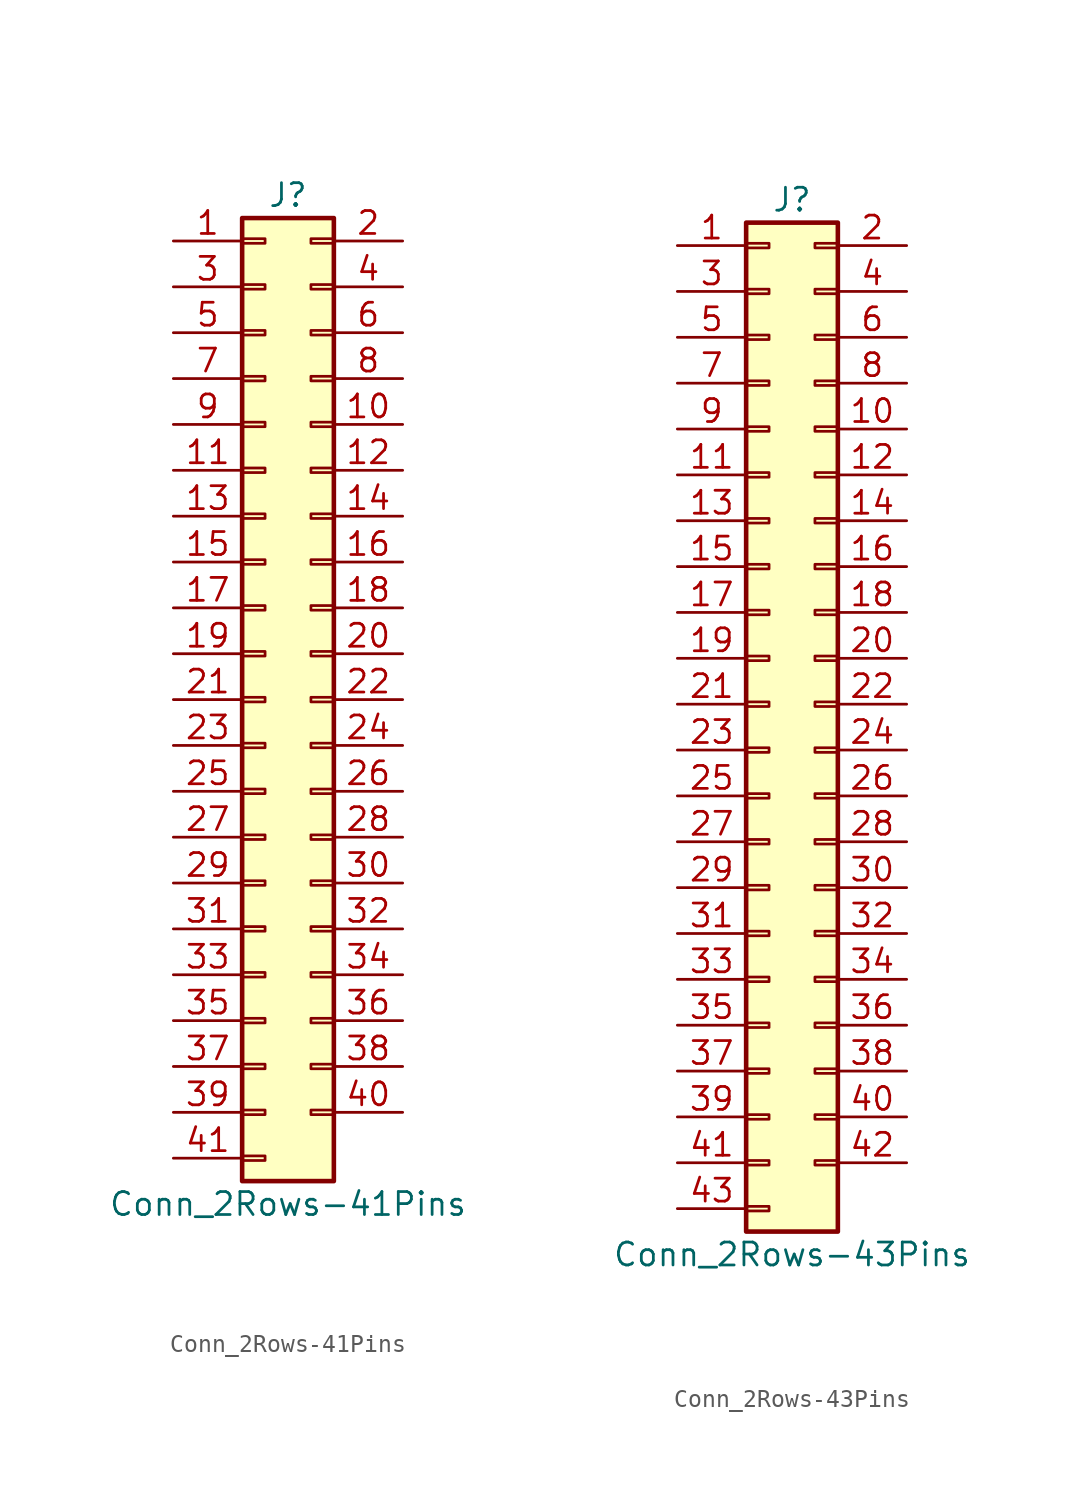
<source format=kicad_sym>
(kicad_symbol_lib
  (version 20211014)
  (generator kicad_symbol_editor)
  (symbol "Conn_2Rows-41Pins"
    (pin_names
      (offset 1.016) hide)
    (property "Reference" "J"
      (at 1.27 27.94 0)
      (effects (font (size 1.27 1.27))))
    (property "Value" "Conn_2Rows-41Pins"
      (at 1.27 -27.94 0)
      (effects (font (size 1.27 1.27))))
    (symbol "Conn_2Rows-41Pins_1_1"
      (rectangle (start -1.27 -25.273) (end 0 -25.527) (stroke (width 0.152) (type default) (color 0 0 0 0)) (fill (type none)))
      (rectangle (start -1.27 -22.733) (end 0 -22.987) (stroke (width 0.152) (type default) (color 0 0 0 0)) (fill (type none)))
      (rectangle (start -1.27 -20.193) (end 0 -20.447) (stroke (width 0.152) (type default) (color 0 0 0 0)) (fill (type none)))
      (rectangle (start -1.27 -17.653) (end 0 -17.907) (stroke (width 0.152) (type default) (color 0 0 0 0)) (fill (type none)))
      (rectangle (start -1.27 -15.113) (end 0 -15.367) (stroke (width 0.152) (type default) (color 0 0 0 0)) (fill (type none)))
      (rectangle (start -1.27 -12.573) (end 0 -12.827) (stroke (width 0.152) (type default) (color 0 0 0 0)) (fill (type none)))
      (rectangle (start -1.27 -10.033) (end 0 -10.287) (stroke (width 0.152) (type default) (color 0 0 0 0)) (fill (type none)))
      (rectangle (start -1.27 -7.493) (end 0 -7.747) (stroke (width 0.152) (type default) (color 0 0 0 0)) (fill (type none)))
      (rectangle (start -1.27 -4.953) (end 0 -5.207) (stroke (width 0.152) (type default) (color 0 0 0 0)) (fill (type none)))
      (rectangle (start -1.27 -2.413) (end 0 -2.667) (stroke (width 0.152) (type default) (color 0 0 0 0)) (fill (type none)))
      (rectangle (start -1.27 0.127) (end 0 -0.127) (stroke (width 0.152) (type default) (color 0 0 0 0)) (fill (type none)))
      (rectangle (start -1.27 2.667) (end 0 2.413) (stroke (width 0.152) (type default) (color 0 0 0 0)) (fill (type none)))
      (rectangle (start -1.27 5.207) (end 0 4.953) (stroke (width 0.152) (type default) (color 0 0 0 0)) (fill (type none)))
      (rectangle (start -1.27 7.747) (end 0 7.493) (stroke (width 0.152) (type default) (color 0 0 0 0)) (fill (type none)))
      (rectangle (start -1.27 10.287) (end 0 10.033) (stroke (width 0.152) (type default) (color 0 0 0 0)) (fill (type none)))
      (rectangle (start -1.27 12.827) (end 0 12.573) (stroke (width 0.152) (type default) (color 0 0 0 0)) (fill (type none)))
      (rectangle (start -1.27 15.367) (end 0 15.113) (stroke (width 0.152) (type default) (color 0 0 0 0)) (fill (type none)))
      (rectangle (start -1.27 17.907) (end 0 17.653) (stroke (width 0.152) (type default) (color 0 0 0 0)) (fill (type none)))
      (rectangle (start -1.27 20.447) (end 0 20.193) (stroke (width 0.152) (type default) (color 0 0 0 0)) (fill (type none)))
      (rectangle (start -1.27 22.987) (end 0 22.733) (stroke (width 0.152) (type default) (color 0 0 0 0)) (fill (type none)))
      (rectangle (start -1.27 25.527) (end 0 25.273) (stroke (width 0.152) (type default) (color 0 0 0 0)) (fill (type none)))
      (rectangle (start -1.27 26.67) (end 3.81 -26.67) (stroke (width 0.254) (type default) (color 0 0 0 0)) (fill (type background)))
      (rectangle (start 3.81 -22.733) (end 2.54 -22.987) (stroke (width 0.152) (type default) (color 0 0 0 0)) (fill (type none)))
      (rectangle (start 3.81 -20.193) (end 2.54 -20.447) (stroke (width 0.152) (type default) (color 0 0 0 0)) (fill (type none)))
      (rectangle (start 3.81 -17.653) (end 2.54 -17.907) (stroke (width 0.152) (type default) (color 0 0 0 0)) (fill (type none)))
      (rectangle (start 3.81 -15.113) (end 2.54 -15.367) (stroke (width 0.152) (type default) (color 0 0 0 0)) (fill (type none)))
      (rectangle (start 3.81 -12.573) (end 2.54 -12.827) (stroke (width 0.152) (type default) (color 0 0 0 0)) (fill (type none)))
      (rectangle (start 3.81 -10.033) (end 2.54 -10.287) (stroke (width 0.152) (type default) (color 0 0 0 0)) (fill (type none)))
      (rectangle (start 3.81 -7.493) (end 2.54 -7.747) (stroke (width 0.152) (type default) (color 0 0 0 0)) (fill (type none)))
      (rectangle (start 3.81 -4.953) (end 2.54 -5.207) (stroke (width 0.152) (type default) (color 0 0 0 0)) (fill (type none)))
      (rectangle (start 3.81 -2.413) (end 2.54 -2.667) (stroke (width 0.152) (type default) (color 0 0 0 0)) (fill (type none)))
      (rectangle (start 3.81 0.127) (end 2.54 -0.127) (stroke (width 0.152) (type default) (color 0 0 0 0)) (fill (type none)))
      (rectangle (start 3.81 2.667) (end 2.54 2.413) (stroke (width 0.152) (type default) (color 0 0 0 0)) (fill (type none)))
      (rectangle (start 3.81 5.207) (end 2.54 4.953) (stroke (width 0.152) (type default) (color 0 0 0 0)) (fill (type none)))
      (rectangle (start 3.81 7.747) (end 2.54 7.493) (stroke (width 0.152) (type default) (color 0 0 0 0)) (fill (type none)))
      (rectangle (start 3.81 10.287) (end 2.54 10.033) (stroke (width 0.152) (type default) (color 0 0 0 0)) (fill (type none)))
      (rectangle (start 3.81 12.827) (end 2.54 12.573) (stroke (width 0.152) (type default) (color 0 0 0 0)) (fill (type none)))
      (rectangle (start 3.81 15.367) (end 2.54 15.113) (stroke (width 0.152) (type default) (color 0 0 0 0)) (fill (type none)))
      (rectangle (start 3.81 17.907) (end 2.54 17.653) (stroke (width 0.152) (type default) (color 0 0 0 0)) (fill (type none)))
      (rectangle (start 3.81 20.447) (end 2.54 20.193) (stroke (width 0.152) (type default) (color 0 0 0 0)) (fill (type none)))
      (rectangle (start 3.81 22.987) (end 2.54 22.733) (stroke (width 0.152) (type default) (color 0 0 0 0)) (fill (type none)))
      (rectangle (start 3.81 25.527) (end 2.54 25.273) (stroke (width 0.152) (type default) (color 0 0 0 0)) (fill (type none)))
      (pin passive line (at -5.08 25.4 0) (length 3.81) (name "Pin_1" (effects (font (size 1.27 1.27)))) (number "1" (effects (font (size 1.27 1.27)))))
      (pin passive line (at 7.62 15.24 180) (length 3.81) (name "Pin_10" (effects (font (size 1.27 1.27)))) (number "10" (effects (font (size 1.27 1.27)))))
      (pin passive line (at -5.08 12.7 0) (length 3.81) (name "Pin_11" (effects (font (size 1.27 1.27)))) (number "11" (effects (font (size 1.27 1.27)))))
      (pin passive line (at 7.62 12.7 180) (length 3.81) (name "Pin_12" (effects (font (size 1.27 1.27)))) (number "12" (effects (font (size 1.27 1.27)))))
      (pin passive line (at -5.08 10.16 0) (length 3.81) (name "Pin_13" (effects (font (size 1.27 1.27)))) (number "13" (effects (font (size 1.27 1.27)))))
      (pin passive line (at 7.62 10.16 180) (length 3.81) (name "Pin_14" (effects (font (size 1.27 1.27)))) (number "14" (effects (font (size 1.27 1.27)))))
      (pin passive line (at -5.08 7.62 0) (length 3.81) (name "Pin_15" (effects (font (size 1.27 1.27)))) (number "15" (effects (font (size 1.27 1.27)))))
      (pin passive line (at 7.62 7.62 180) (length 3.81) (name "Pin_16" (effects (font (size 1.27 1.27)))) (number "16" (effects (font (size 1.27 1.27)))))
      (pin passive line (at -5.08 5.08 0) (length 3.81) (name "Pin_17" (effects (font (size 1.27 1.27)))) (number "17" (effects (font (size 1.27 1.27)))))
      (pin passive line (at 7.62 5.08 180) (length 3.81) (name "Pin_18" (effects (font (size 1.27 1.27)))) (number "18" (effects (font (size 1.27 1.27)))))
      (pin passive line (at -5.08 2.54 0) (length 3.81) (name "Pin_19" (effects (font (size 1.27 1.27)))) (number "19" (effects (font (size 1.27 1.27)))))
      (pin passive line (at 7.62 25.4 180) (length 3.81) (name "Pin_2" (effects (font (size 1.27 1.27)))) (number "2" (effects (font (size 1.27 1.27)))))
      (pin passive line (at 7.62 2.54 180) (length 3.81) (name "Pin_20" (effects (font (size 1.27 1.27)))) (number "20" (effects (font (size 1.27 1.27)))))
      (pin passive line (at -5.08 0 0) (length 3.81) (name "Pin_21" (effects (font (size 1.27 1.27)))) (number "21" (effects (font (size 1.27 1.27)))))
      (pin passive line (at 7.62 0 180) (length 3.81) (name "Pin_22" (effects (font (size 1.27 1.27)))) (number "22" (effects (font (size 1.27 1.27)))))
      (pin passive line (at -5.08 -2.54 0) (length 3.81) (name "Pin_23" (effects (font (size 1.27 1.27)))) (number "23" (effects (font (size 1.27 1.27)))))
      (pin passive line (at 7.62 -2.54 180) (length 3.81) (name "Pin_24" (effects (font (size 1.27 1.27)))) (number "24" (effects (font (size 1.27 1.27)))))
      (pin passive line (at -5.08 -5.08 0) (length 3.81) (name "Pin_25" (effects (font (size 1.27 1.27)))) (number "25" (effects (font (size 1.27 1.27)))))
      (pin passive line (at 7.62 -5.08 180) (length 3.81) (name "Pin_26" (effects (font (size 1.27 1.27)))) (number "26" (effects (font (size 1.27 1.27)))))
      (pin passive line (at -5.08 -7.62 0) (length 3.81) (name "Pin_27" (effects (font (size 1.27 1.27)))) (number "27" (effects (font (size 1.27 1.27)))))
      (pin passive line (at 7.62 -7.62 180) (length 3.81) (name "Pin_28" (effects (font (size 1.27 1.27)))) (number "28" (effects (font (size 1.27 1.27)))))
      (pin passive line (at -5.08 -10.16 0) (length 3.81) (name "Pin_29" (effects (font (size 1.27 1.27)))) (number "29" (effects (font (size 1.27 1.27)))))
      (pin passive line (at -5.08 22.86 0) (length 3.81) (name "Pin_3" (effects (font (size 1.27 1.27)))) (number "3" (effects (font (size 1.27 1.27)))))
      (pin passive line (at 7.62 -10.16 180) (length 3.81) (name "Pin_30" (effects (font (size 1.27 1.27)))) (number "30" (effects (font (size 1.27 1.27)))))
      (pin passive line (at -5.08 -12.7 0) (length 3.81) (name "Pin_31" (effects (font (size 1.27 1.27)))) (number "31" (effects (font (size 1.27 1.27)))))
      (pin passive line (at 7.62 -12.7 180) (length 3.81) (name "Pin_32" (effects (font (size 1.27 1.27)))) (number "32" (effects (font (size 1.27 1.27)))))
      (pin passive line (at -5.08 -15.24 0) (length 3.81) (name "Pin_33" (effects (font (size 1.27 1.27)))) (number "33" (effects (font (size 1.27 1.27)))))
      (pin passive line (at 7.62 -15.24 180) (length 3.81) (name "Pin_34" (effects (font (size 1.27 1.27)))) (number "34" (effects (font (size 1.27 1.27)))))
      (pin passive line (at -5.08 -17.78 0) (length 3.81) (name "Pin_35" (effects (font (size 1.27 1.27)))) (number "35" (effects (font (size 1.27 1.27)))))
      (pin passive line (at 7.62 -17.78 180) (length 3.81) (name "Pin_36" (effects (font (size 1.27 1.27)))) (number "36" (effects (font (size 1.27 1.27)))))
      (pin passive line (at -5.08 -20.32 0) (length 3.81) (name "Pin_37" (effects (font (size 1.27 1.27)))) (number "37" (effects (font (size 1.27 1.27)))))
      (pin passive line (at 7.62 -20.32 180) (length 3.81) (name "Pin_38" (effects (font (size 1.27 1.27)))) (number "38" (effects (font (size 1.27 1.27)))))
      (pin passive line (at -5.08 -22.86 0) (length 3.81) (name "Pin_39" (effects (font (size 1.27 1.27)))) (number "39" (effects (font (size 1.27 1.27)))))
      (pin passive line (at 7.62 22.86 180) (length 3.81) (name "Pin_4" (effects (font (size 1.27 1.27)))) (number "4" (effects (font (size 1.27 1.27)))))
      (pin passive line (at 7.62 -22.86 180) (length 3.81) (name "Pin_40" (effects (font (size 1.27 1.27)))) (number "40" (effects (font (size 1.27 1.27)))))
      (pin passive line (at -5.08 -25.4 0) (length 3.81) (name "Pin_41" (effects (font (size 1.27 1.27)))) (number "41" (effects (font (size 1.27 1.27)))))
      (pin passive line (at -5.08 20.32 0) (length 3.81) (name "Pin_5" (effects (font (size 1.27 1.27)))) (number "5" (effects (font (size 1.27 1.27)))))
      (pin passive line (at 7.62 20.32 180) (length 3.81) (name "Pin_6" (effects (font (size 1.27 1.27)))) (number "6" (effects (font (size 1.27 1.27)))))
      (pin passive line (at -5.08 17.78 0) (length 3.81) (name "Pin_7" (effects (font (size 1.27 1.27)))) (number "7" (effects (font (size 1.27 1.27)))))
      (pin passive line (at 7.62 17.78 180) (length 3.81) (name "Pin_8" (effects (font (size 1.27 1.27)))) (number "8" (effects (font (size 1.27 1.27)))))
      (pin passive line (at -5.08 15.24 0) (length 3.81) (name "Pin_9" (effects (font (size 1.27 1.27)))) (number "9" (effects (font (size 1.27 1.27)))))))
  (symbol "Conn_2Rows-43Pins"
    (pin_names
      (offset 1.016) hide)
    (property "Reference" "J"
      (at 1.27 27.94 0)
      (effects (font (size 1.27 1.27))))
    (property "Value" "Conn_2Rows-43Pins"
      (at 1.27 -30.48 0)
      (effects (font (size 1.27 1.27))))
    (symbol "Conn_2Rows-43Pins_1_1"
      (rectangle (start -1.27 -27.813) (end 0 -28.067) (stroke (width 0.152) (type default) (color 0 0 0 0)) (fill (type none)))
      (rectangle (start -1.27 -25.273) (end 0 -25.527) (stroke (width 0.152) (type default) (color 0 0 0 0)) (fill (type none)))
      (rectangle (start -1.27 -22.733) (end 0 -22.987) (stroke (width 0.152) (type default) (color 0 0 0 0)) (fill (type none)))
      (rectangle (start -1.27 -20.193) (end 0 -20.447) (stroke (width 0.152) (type default) (color 0 0 0 0)) (fill (type none)))
      (rectangle (start -1.27 -17.653) (end 0 -17.907) (stroke (width 0.152) (type default) (color 0 0 0 0)) (fill (type none)))
      (rectangle (start -1.27 -15.113) (end 0 -15.367) (stroke (width 0.152) (type default) (color 0 0 0 0)) (fill (type none)))
      (rectangle (start -1.27 -12.573) (end 0 -12.827) (stroke (width 0.152) (type default) (color 0 0 0 0)) (fill (type none)))
      (rectangle (start -1.27 -10.033) (end 0 -10.287) (stroke (width 0.152) (type default) (color 0 0 0 0)) (fill (type none)))
      (rectangle (start -1.27 -7.493) (end 0 -7.747) (stroke (width 0.152) (type default) (color 0 0 0 0)) (fill (type none)))
      (rectangle (start -1.27 -4.953) (end 0 -5.207) (stroke (width 0.152) (type default) (color 0 0 0 0)) (fill (type none)))
      (rectangle (start -1.27 -2.413) (end 0 -2.667) (stroke (width 0.152) (type default) (color 0 0 0 0)) (fill (type none)))
      (rectangle (start -1.27 0.127) (end 0 -0.127) (stroke (width 0.152) (type default) (color 0 0 0 0)) (fill (type none)))
      (rectangle (start -1.27 2.667) (end 0 2.413) (stroke (width 0.152) (type default) (color 0 0 0 0)) (fill (type none)))
      (rectangle (start -1.27 5.207) (end 0 4.953) (stroke (width 0.152) (type default) (color 0 0 0 0)) (fill (type none)))
      (rectangle (start -1.27 7.747) (end 0 7.493) (stroke (width 0.152) (type default) (color 0 0 0 0)) (fill (type none)))
      (rectangle (start -1.27 10.287) (end 0 10.033) (stroke (width 0.152) (type default) (color 0 0 0 0)) (fill (type none)))
      (rectangle (start -1.27 12.827) (end 0 12.573) (stroke (width 0.152) (type default) (color 0 0 0 0)) (fill (type none)))
      (rectangle (start -1.27 15.367) (end 0 15.113) (stroke (width 0.152) (type default) (color 0 0 0 0)) (fill (type none)))
      (rectangle (start -1.27 17.907) (end 0 17.653) (stroke (width 0.152) (type default) (color 0 0 0 0)) (fill (type none)))
      (rectangle (start -1.27 20.447) (end 0 20.193) (stroke (width 0.152) (type default) (color 0 0 0 0)) (fill (type none)))
      (rectangle (start -1.27 22.987) (end 0 22.733) (stroke (width 0.152) (type default) (color 0 0 0 0)) (fill (type none)))
      (rectangle (start -1.27 25.527) (end 0 25.273) (stroke (width 0.152) (type default) (color 0 0 0 0)) (fill (type none)))
      (rectangle (start -1.27 26.67) (end 3.81 -29.21) (stroke (width 0.254) (type default) (color 0 0 0 0)) (fill (type background)))
      (rectangle (start 3.81 -25.273) (end 2.54 -25.527) (stroke (width 0.152) (type default) (color 0 0 0 0)) (fill (type none)))
      (rectangle (start 3.81 -22.733) (end 2.54 -22.987) (stroke (width 0.152) (type default) (color 0 0 0 0)) (fill (type none)))
      (rectangle (start 3.81 -20.193) (end 2.54 -20.447) (stroke (width 0.152) (type default) (color 0 0 0 0)) (fill (type none)))
      (rectangle (start 3.81 -17.653) (end 2.54 -17.907) (stroke (width 0.152) (type default) (color 0 0 0 0)) (fill (type none)))
      (rectangle (start 3.81 -15.113) (end 2.54 -15.367) (stroke (width 0.152) (type default) (color 0 0 0 0)) (fill (type none)))
      (rectangle (start 3.81 -12.573) (end 2.54 -12.827) (stroke (width 0.152) (type default) (color 0 0 0 0)) (fill (type none)))
      (rectangle (start 3.81 -10.033) (end 2.54 -10.287) (stroke (width 0.152) (type default) (color 0 0 0 0)) (fill (type none)))
      (rectangle (start 3.81 -7.493) (end 2.54 -7.747) (stroke (width 0.152) (type default) (color 0 0 0 0)) (fill (type none)))
      (rectangle (start 3.81 -4.953) (end 2.54 -5.207) (stroke (width 0.152) (type default) (color 0 0 0 0)) (fill (type none)))
      (rectangle (start 3.81 -2.413) (end 2.54 -2.667) (stroke (width 0.152) (type default) (color 0 0 0 0)) (fill (type none)))
      (rectangle (start 3.81 0.127) (end 2.54 -0.127) (stroke (width 0.152) (type default) (color 0 0 0 0)) (fill (type none)))
      (rectangle (start 3.81 2.667) (end 2.54 2.413) (stroke (width 0.152) (type default) (color 0 0 0 0)) (fill (type none)))
      (rectangle (start 3.81 5.207) (end 2.54 4.953) (stroke (width 0.152) (type default) (color 0 0 0 0)) (fill (type none)))
      (rectangle (start 3.81 7.747) (end 2.54 7.493) (stroke (width 0.152) (type default) (color 0 0 0 0)) (fill (type none)))
      (rectangle (start 3.81 10.287) (end 2.54 10.033) (stroke (width 0.152) (type default) (color 0 0 0 0)) (fill (type none)))
      (rectangle (start 3.81 12.827) (end 2.54 12.573) (stroke (width 0.152) (type default) (color 0 0 0 0)) (fill (type none)))
      (rectangle (start 3.81 15.367) (end 2.54 15.113) (stroke (width 0.152) (type default) (color 0 0 0 0)) (fill (type none)))
      (rectangle (start 3.81 17.907) (end 2.54 17.653) (stroke (width 0.152) (type default) (color 0 0 0 0)) (fill (type none)))
      (rectangle (start 3.81 20.447) (end 2.54 20.193) (stroke (width 0.152) (type default) (color 0 0 0 0)) (fill (type none)))
      (rectangle (start 3.81 22.987) (end 2.54 22.733) (stroke (width 0.152) (type default) (color 0 0 0 0)) (fill (type none)))
      (rectangle (start 3.81 25.527) (end 2.54 25.273) (stroke (width 0.152) (type default) (color 0 0 0 0)) (fill (type none)))
      (pin passive line (at -5.08 25.4 0) (length 3.81) (name "Pin_1" (effects (font (size 1.27 1.27)))) (number "1" (effects (font (size 1.27 1.27)))))
      (pin passive line (at 7.62 15.24 180) (length 3.81) (name "Pin_10" (effects (font (size 1.27 1.27)))) (number "10" (effects (font (size 1.27 1.27)))))
      (pin passive line (at -5.08 12.7 0) (length 3.81) (name "Pin_11" (effects (font (size 1.27 1.27)))) (number "11" (effects (font (size 1.27 1.27)))))
      (pin passive line (at 7.62 12.7 180) (length 3.81) (name "Pin_12" (effects (font (size 1.27 1.27)))) (number "12" (effects (font (size 1.27 1.27)))))
      (pin passive line (at -5.08 10.16 0) (length 3.81) (name "Pin_13" (effects (font (size 1.27 1.27)))) (number "13" (effects (font (size 1.27 1.27)))))
      (pin passive line (at 7.62 10.16 180) (length 3.81) (name "Pin_14" (effects (font (size 1.27 1.27)))) (number "14" (effects (font (size 1.27 1.27)))))
      (pin passive line (at -5.08 7.62 0) (length 3.81) (name "Pin_15" (effects (font (size 1.27 1.27)))) (number "15" (effects (font (size 1.27 1.27)))))
      (pin passive line (at 7.62 7.62 180) (length 3.81) (name "Pin_16" (effects (font (size 1.27 1.27)))) (number "16" (effects (font (size 1.27 1.27)))))
      (pin passive line (at -5.08 5.08 0) (length 3.81) (name "Pin_17" (effects (font (size 1.27 1.27)))) (number "17" (effects (font (size 1.27 1.27)))))
      (pin passive line (at 7.62 5.08 180) (length 3.81) (name "Pin_18" (effects (font (size 1.27 1.27)))) (number "18" (effects (font (size 1.27 1.27)))))
      (pin passive line (at -5.08 2.54 0) (length 3.81) (name "Pin_19" (effects (font (size 1.27 1.27)))) (number "19" (effects (font (size 1.27 1.27)))))
      (pin passive line (at 7.62 25.4 180) (length 3.81) (name "Pin_2" (effects (font (size 1.27 1.27)))) (number "2" (effects (font (size 1.27 1.27)))))
      (pin passive line (at 7.62 2.54 180) (length 3.81) (name "Pin_20" (effects (font (size 1.27 1.27)))) (number "20" (effects (font (size 1.27 1.27)))))
      (pin passive line (at -5.08 0 0) (length 3.81) (name "Pin_21" (effects (font (size 1.27 1.27)))) (number "21" (effects (font (size 1.27 1.27)))))
      (pin passive line (at 7.62 0 180) (length 3.81) (name "Pin_22" (effects (font (size 1.27 1.27)))) (number "22" (effects (font (size 1.27 1.27)))))
      (pin passive line (at -5.08 -2.54 0) (length 3.81) (name "Pin_23" (effects (font (size 1.27 1.27)))) (number "23" (effects (font (size 1.27 1.27)))))
      (pin passive line (at 7.62 -2.54 180) (length 3.81) (name "Pin_24" (effects (font (size 1.27 1.27)))) (number "24" (effects (font (size 1.27 1.27)))))
      (pin passive line (at -5.08 -5.08 0) (length 3.81) (name "Pin_25" (effects (font (size 1.27 1.27)))) (number "25" (effects (font (size 1.27 1.27)))))
      (pin passive line (at 7.62 -5.08 180) (length 3.81) (name "Pin_26" (effects (font (size 1.27 1.27)))) (number "26" (effects (font (size 1.27 1.27)))))
      (pin passive line (at -5.08 -7.62 0) (length 3.81) (name "Pin_27" (effects (font (size 1.27 1.27)))) (number "27" (effects (font (size 1.27 1.27)))))
      (pin passive line (at 7.62 -7.62 180) (length 3.81) (name "Pin_28" (effects (font (size 1.27 1.27)))) (number "28" (effects (font (size 1.27 1.27)))))
      (pin passive line (at -5.08 -10.16 0) (length 3.81) (name "Pin_29" (effects (font (size 1.27 1.27)))) (number "29" (effects (font (size 1.27 1.27)))))
      (pin passive line (at -5.08 22.86 0) (length 3.81) (name "Pin_3" (effects (font (size 1.27 1.27)))) (number "3" (effects (font (size 1.27 1.27)))))
      (pin passive line (at 7.62 -10.16 180) (length 3.81) (name "Pin_30" (effects (font (size 1.27 1.27)))) (number "30" (effects (font (size 1.27 1.27)))))
      (pin passive line (at -5.08 -12.7 0) (length 3.81) (name "Pin_31" (effects (font (size 1.27 1.27)))) (number "31" (effects (font (size 1.27 1.27)))))
      (pin passive line (at 7.62 -12.7 180) (length 3.81) (name "Pin_32" (effects (font (size 1.27 1.27)))) (number "32" (effects (font (size 1.27 1.27)))))
      (pin passive line (at -5.08 -15.24 0) (length 3.81) (name "Pin_33" (effects (font (size 1.27 1.27)))) (number "33" (effects (font (size 1.27 1.27)))))
      (pin passive line (at 7.62 -15.24 180) (length 3.81) (name "Pin_34" (effects (font (size 1.27 1.27)))) (number "34" (effects (font (size 1.27 1.27)))))
      (pin passive line (at -5.08 -17.78 0) (length 3.81) (name "Pin_35" (effects (font (size 1.27 1.27)))) (number "35" (effects (font (size 1.27 1.27)))))
      (pin passive line (at 7.62 -17.78 180) (length 3.81) (name "Pin_36" (effects (font (size 1.27 1.27)))) (number "36" (effects (font (size 1.27 1.27)))))
      (pin passive line (at -5.08 -20.32 0) (length 3.81) (name "Pin_37" (effects (font (size 1.27 1.27)))) (number "37" (effects (font (size 1.27 1.27)))))
      (pin passive line (at 7.62 -20.32 180) (length 3.81) (name "Pin_38" (effects (font (size 1.27 1.27)))) (number "38" (effects (font (size 1.27 1.27)))))
      (pin passive line (at -5.08 -22.86 0) (length 3.81) (name "Pin_39" (effects (font (size 1.27 1.27)))) (number "39" (effects (font (size 1.27 1.27)))))
      (pin passive line (at 7.62 22.86 180) (length 3.81) (name "Pin_4" (effects (font (size 1.27 1.27)))) (number "4" (effects (font (size 1.27 1.27)))))
      (pin passive line (at 7.62 -22.86 180) (length 3.81) (name "Pin_40" (effects (font (size 1.27 1.27)))) (number "40" (effects (font (size 1.27 1.27)))))
      (pin passive line (at -5.08 -25.4 0) (length 3.81) (name "Pin_41" (effects (font (size 1.27 1.27)))) (number "41" (effects (font (size 1.27 1.27)))))
      (pin passive line (at 7.62 -25.4 180) (length 3.81) (name "Pin_42" (effects (font (size 1.27 1.27)))) (number "42" (effects (font (size 1.27 1.27)))))
      (pin passive line (at -5.08 -27.94 0) (length 3.81) (name "Pin_43" (effects (font (size 1.27 1.27)))) (number "43" (effects (font (size 1.27 1.27)))))
      (pin passive line (at -5.08 20.32 0) (length 3.81) (name "Pin_5" (effects (font (size 1.27 1.27)))) (number "5" (effects (font (size 1.27 1.27)))))
      (pin passive line (at 7.62 20.32 180) (length 3.81) (name "Pin_6" (effects (font (size 1.27 1.27)))) (number "6" (effects (font (size 1.27 1.27)))))
      (pin passive line (at -5.08 17.78 0) (length 3.81) (name "Pin_7" (effects (font (size 1.27 1.27)))) (number "7" (effects (font (size 1.27 1.27)))))
      (pin passive line (at 7.62 17.78 180) (length 3.81) (name "Pin_8" (effects (font (size 1.27 1.27)))) (number "8" (effects (font (size 1.27 1.27)))))
      (pin passive line (at -5.08 15.24 0) (length 3.81) (name "Pin_9" (effects (font (size 1.27 1.27)))) (number "9" (effects (font (size 1.27 1.27))))))))
</source>
